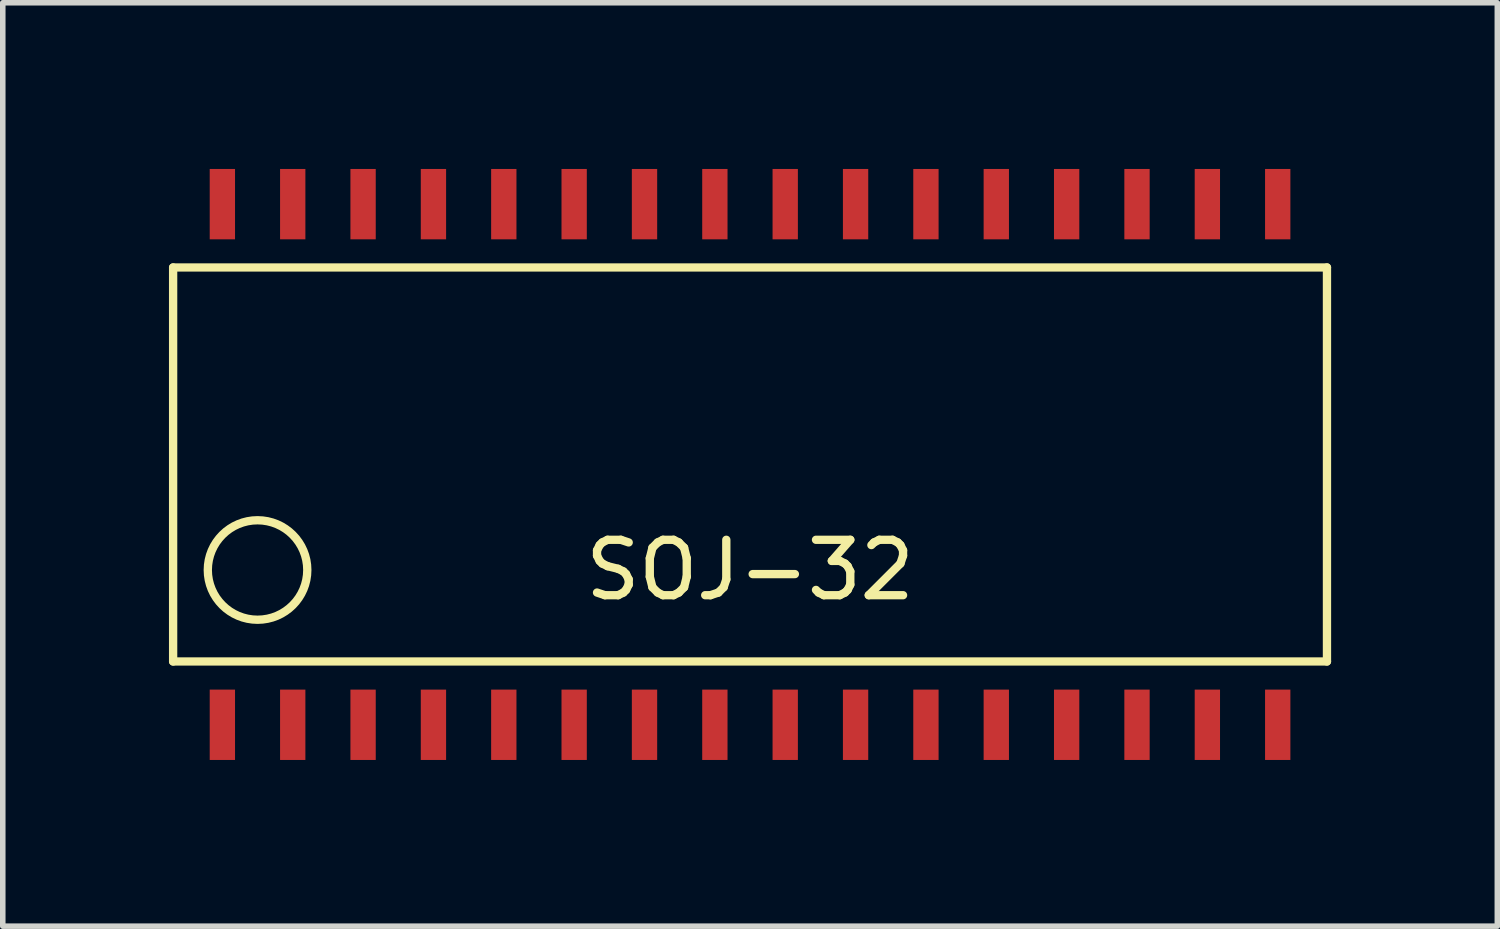
<source format=kicad_pcb>
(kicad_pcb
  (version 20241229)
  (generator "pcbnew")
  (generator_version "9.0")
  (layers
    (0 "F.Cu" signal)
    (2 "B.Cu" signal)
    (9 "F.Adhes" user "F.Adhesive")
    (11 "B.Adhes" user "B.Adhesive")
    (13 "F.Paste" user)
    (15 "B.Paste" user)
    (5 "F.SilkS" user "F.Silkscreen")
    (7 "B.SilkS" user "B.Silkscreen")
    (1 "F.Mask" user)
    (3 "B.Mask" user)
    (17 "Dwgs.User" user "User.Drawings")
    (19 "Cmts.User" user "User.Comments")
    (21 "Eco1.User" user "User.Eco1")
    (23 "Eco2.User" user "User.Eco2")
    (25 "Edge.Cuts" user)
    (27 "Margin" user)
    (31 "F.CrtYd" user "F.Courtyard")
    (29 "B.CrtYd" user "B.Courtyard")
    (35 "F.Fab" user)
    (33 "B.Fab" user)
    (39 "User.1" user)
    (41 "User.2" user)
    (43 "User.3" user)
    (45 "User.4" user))
  (footprint "SOJ-32"
    (layer "F.Cu")
    (at 10.489 5.334)
    (property "Reference" "SOJ-32" (at 0 1.905 0) (layer "F.SilkS") (effects (font (size 1 1) (thickness 0.15))))
    (attr smd)
    (fp_line (start -10.414 -3.556) (end 10.414 -3.556) (stroke (width 0.15) (type solid)) (layer "F.SilkS"))
    (fp_line (start -10.414 3.556) (end -10.414 -3.556) (stroke (width 0.15) (type solid)) (layer "F.SilkS"))
    (fp_line (start 10.414 -3.556) (end 10.414 3.556) (stroke (width 0.15) (type solid)) (layer "F.SilkS"))
    (fp_line (start 10.414 3.556) (end -10.414 3.556) (stroke (width 0.15) (type solid)) (layer "F.SilkS"))
    (fp_circle (center -8.89 1.905) (end -9.525 1.27) (stroke (width 0.15) (type solid)) (fill no) (layer "F.SilkS"))
    (pad "1" smd rect (at -9.525 4.699) (size 0.457 1.27) (layers "F.Cu" "F.Mask" "F.Paste"))
    (pad "2" smd rect (at -8.255 4.699) (size 0.457 1.27) (layers "F.Cu" "F.Mask" "F.Paste"))
    (pad "3" smd rect (at -6.985 4.699) (size 0.457 1.27) (layers "F.Cu" "F.Mask" "F.Paste"))
    (pad "4" smd rect (at -5.715 4.699) (size 0.457 1.27) (layers "F.Cu" "F.Mask" "F.Paste"))
    (pad "5" smd rect (at -4.445 4.699) (size 0.457 1.27) (layers "F.Cu" "F.Mask" "F.Paste"))
    (pad "6" smd rect (at -3.175 4.699) (size 0.457 1.27) (layers "F.Cu" "F.Mask" "F.Paste"))
    (pad "7" smd rect (at -1.905 4.699) (size 0.457 1.27) (layers "F.Cu" "F.Mask" "F.Paste"))
    (pad "8" smd rect (at -0.635 4.699) (size 0.457 1.27) (layers "F.Cu" "F.Mask" "F.Paste"))
    (pad "9" smd rect (at 0.635 4.699) (size 0.457 1.27) (layers "F.Cu" "F.Mask" "F.Paste"))
    (pad "10" smd rect (at 1.905 4.699) (size 0.457 1.27) (layers "F.Cu" "F.Mask" "F.Paste"))
    (pad "11" smd rect (at 3.175 4.699) (size 0.457 1.27) (layers "F.Cu" "F.Mask" "F.Paste"))
    (pad "12" smd rect (at 4.445 4.699) (size 0.457 1.27) (layers "F.Cu" "F.Mask" "F.Paste"))
    (pad "13" smd rect (at 5.715 4.699) (size 0.457 1.27) (layers "F.Cu" "F.Mask" "F.Paste"))
    (pad "14" smd rect (at 6.985 4.699) (size 0.457 1.27) (layers "F.Cu" "F.Mask" "F.Paste"))
    (pad "15" smd rect (at 8.255 4.699) (size 0.457 1.27) (layers "F.Cu" "F.Mask" "F.Paste"))
    (pad "16" smd rect (at 9.525 4.699) (size 0.457 1.27) (layers "F.Cu" "F.Mask" "F.Paste"))
    (pad "17" smd rect (at 9.525 -4.699) (size 0.457 1.27) (layers "F.Cu" "F.Mask" "F.Paste"))
    (pad "18" smd rect (at 8.255 -4.699) (size 0.457 1.27) (layers "F.Cu" "F.Mask" "F.Paste"))
    (pad "19" smd rect (at 6.985 -4.699) (size 0.457 1.27) (layers "F.Cu" "F.Mask" "F.Paste"))
    (pad "20" smd rect (at 5.715 -4.699) (size 0.457 1.27) (layers "F.Cu" "F.Mask" "F.Paste"))
    (pad "21" smd rect (at 4.445 -4.699) (size 0.457 1.27) (layers "F.Cu" "F.Mask" "F.Paste"))
    (pad "22" smd rect (at 3.175 -4.699) (size 0.457 1.27) (layers "F.Cu" "F.Mask" "F.Paste"))
    (pad "23" smd rect (at 1.905 -4.699) (size 0.457 1.27) (layers "F.Cu" "F.Mask" "F.Paste"))
    (pad "24" smd rect (at 0.635 -4.699) (size 0.457 1.27) (layers "F.Cu" "F.Mask" "F.Paste"))
    (pad "25" smd rect (at -0.635 -4.699) (size 0.457 1.27) (layers "F.Cu" "F.Mask" "F.Paste"))
    (pad "26" smd rect (at -1.905 -4.699) (size 0.457 1.27) (layers "F.Cu" "F.Mask" "F.Paste"))
    (pad "27" smd rect (at -3.175 -4.699) (size 0.457 1.27) (layers "F.Cu" "F.Mask" "F.Paste"))
    (pad "28" smd rect (at -4.445 -4.699) (size 0.457 1.27) (layers "F.Cu" "F.Mask" "F.Paste"))
    (pad "29" smd rect (at -5.715 -4.699) (size 0.457 1.27) (layers "F.Cu" "F.Mask" "F.Paste"))
    (pad "30" smd rect (at -6.985 -4.699) (size 0.457 1.27) (layers "F.Cu" "F.Mask" "F.Paste"))
    (pad "31" smd rect (at -8.255 -4.699) (size 0.457 1.27) (layers "F.Cu" "F.Mask" "F.Paste"))
    (pad "32" smd rect (at -9.525 -4.699) (size 0.457 1.27) (layers "F.Cu" "F.Mask" "F.Paste")))
  (gr_rect
    (start -3 -3)
    (end 23.978 13.668)
    (stroke (width 0.1) (type default))
    (fill no)
    (layer "Edge.Cuts")))
</source>
